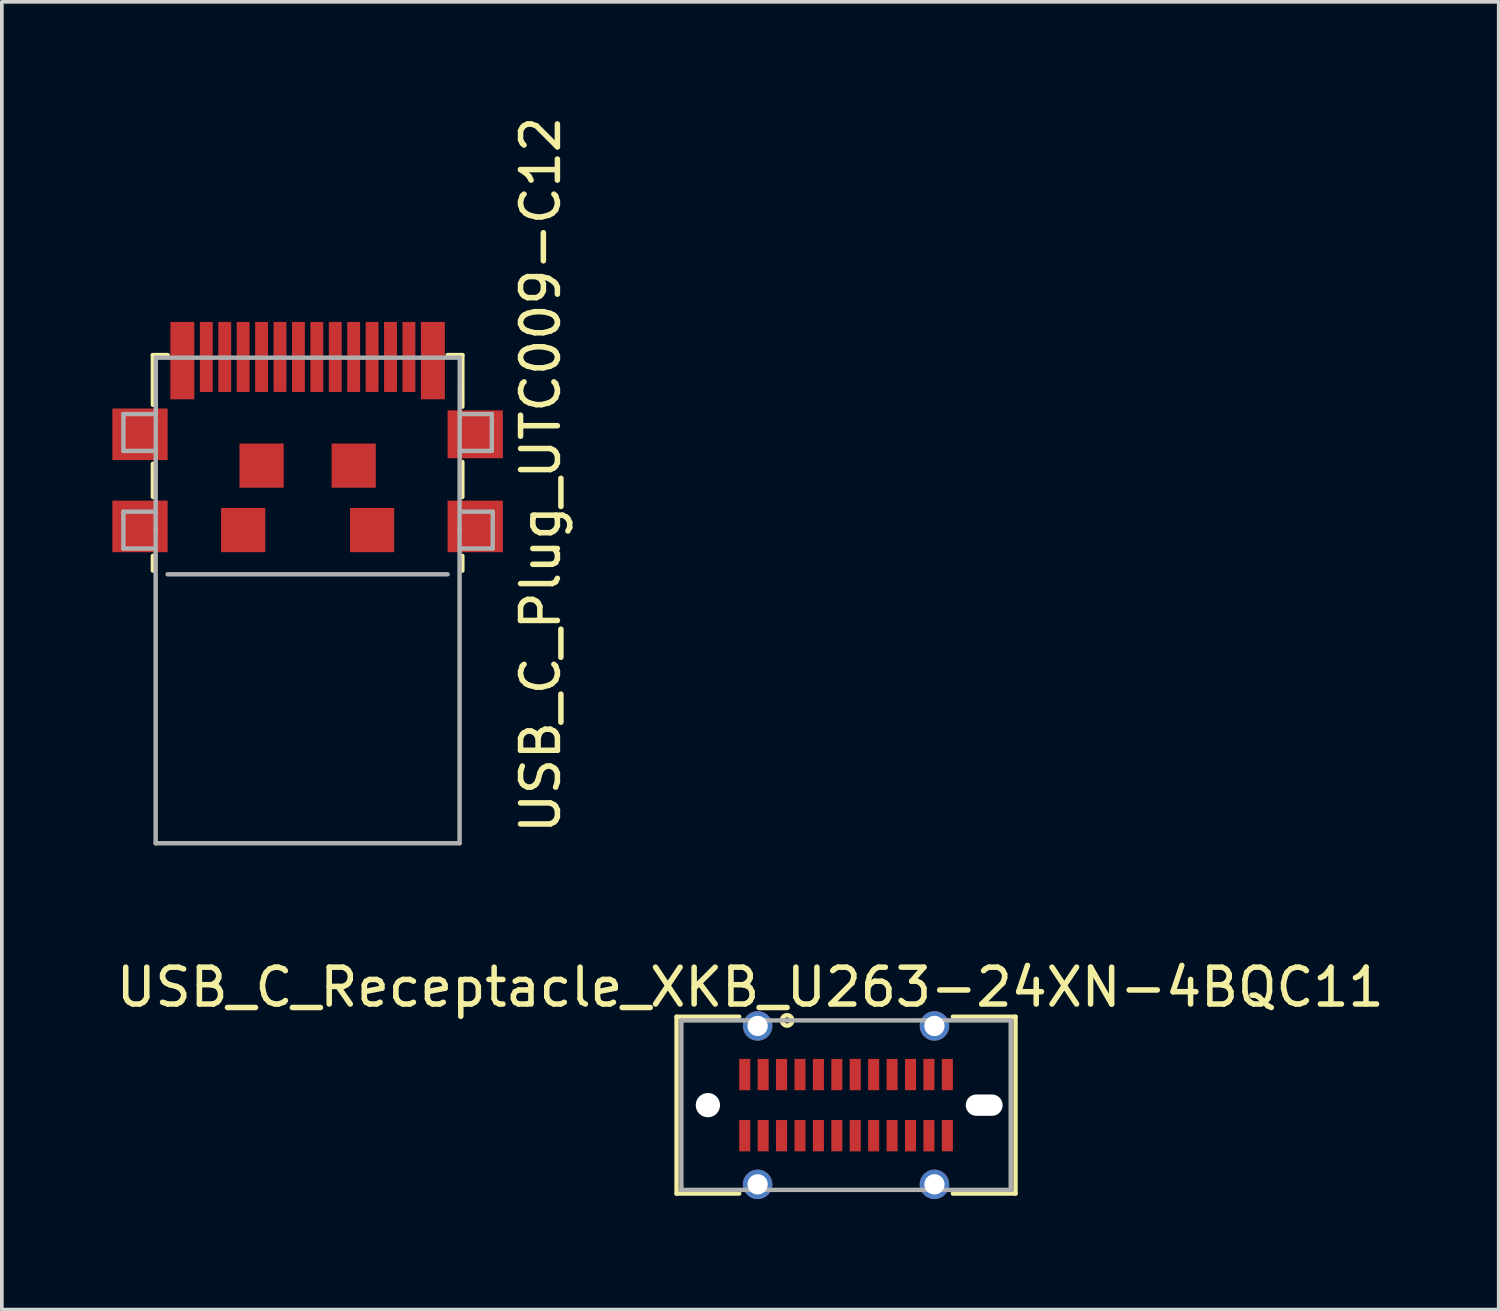
<source format=kicad_pcb>
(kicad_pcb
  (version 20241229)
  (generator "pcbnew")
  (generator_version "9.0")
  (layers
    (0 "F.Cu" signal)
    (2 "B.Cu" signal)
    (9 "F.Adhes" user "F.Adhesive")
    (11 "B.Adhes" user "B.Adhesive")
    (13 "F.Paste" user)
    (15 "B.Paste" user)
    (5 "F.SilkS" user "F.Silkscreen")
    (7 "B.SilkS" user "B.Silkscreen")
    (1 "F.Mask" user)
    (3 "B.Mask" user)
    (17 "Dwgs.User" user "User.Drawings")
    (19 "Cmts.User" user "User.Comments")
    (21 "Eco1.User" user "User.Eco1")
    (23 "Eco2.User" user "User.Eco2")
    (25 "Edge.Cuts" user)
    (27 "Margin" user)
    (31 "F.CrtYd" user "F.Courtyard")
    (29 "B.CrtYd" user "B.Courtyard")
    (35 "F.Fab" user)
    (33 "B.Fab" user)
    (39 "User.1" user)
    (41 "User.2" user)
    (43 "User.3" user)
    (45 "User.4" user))
  (footprint "USB_C_Receptacle_XKB_U263-24XN-4BQC11"
    (layer "F.Cu")
    (at 19.915 26.948)
    (property "Reference" "USB_C_Receptacle_XKB_U263-24XN-4BQC11" (at -2.6 -3.2 0) (unlocked yes) (layer "F.SilkS") (effects (font (size 1 1) (thickness 0.15))))
    (attr through_hole)
    (fp_line (start -4.6 -2.4) (end -4.6 2.4) (stroke (width 0.12) (type solid)) (layer "F.SilkS"))
    (fp_line (start -4.6 2.4) (end -2.9 2.4) (stroke (width 0.12) (type solid)) (layer "F.SilkS"))
    (fp_line (start -2.9 -2.4) (end -4.6 -2.4) (stroke (width 0.12) (type solid)) (layer "F.SilkS"))
    (fp_line (start 2.9 -2.4) (end 4.6 -2.4) (stroke (width 0.12) (type solid)) (layer "F.SilkS"))
    (fp_line (start 4.6 -2.4) (end 4.6 2.4) (stroke (width 0.12) (type solid)) (layer "F.SilkS"))
    (fp_line (start 4.6 2.4) (end 2.9 2.4) (stroke (width 0.12) (type solid)) (layer "F.SilkS"))
    (fp_circle (center -1.6 -2.3) (end -1.5 -2.4) (stroke (width 0.12) (type solid)) (fill no) (layer "F.SilkS"))
    (fp_line (start -4.47 -2.3) (end -4.47 2.3) (stroke (width 0.12) (type solid)) (layer "F.Fab"))
    (fp_line (start -4.47 -2.3) (end 4.47 -2.3) (stroke (width 0.12) (type solid)) (layer "F.Fab"))
    (fp_line (start -4.47 2.3) (end 4.47 2.3) (stroke (width 0.12) (type solid)) (layer "F.Fab"))
    (fp_line (start 4.47 2.3) (end 4.47 -2.3) (stroke (width 0.12) (type solid)) (layer "F.Fab"))
    (pad "" np_thru_hole circle (at -3.75 0) (size 0.66 0.66) (drill 0.66) (layers "*.Cu" "*.Mask"))
    (pad "" np_thru_hole oval (at 3.75 0) (size 1 0.58) (drill oval 1 0.58) (layers "*.Cu" "*.Mask"))
    (pad "A1" smd rect (at -2.75 -0.83) (size 0.3 0.85) (layers "F.Cu" "F.Mask" "F.Paste"))
    (pad "A2" smd rect (at -2.25 -0.83) (size 0.3 0.85) (layers "F.Cu" "F.Mask" "F.Paste"))
    (pad "A3" smd rect (at -1.75 -0.83) (size 0.3 0.85) (layers "F.Cu" "F.Mask" "F.Paste"))
    (pad "A4" smd rect (at -1.25 -0.83) (size 0.3 0.85) (layers "F.Cu" "F.Mask" "F.Paste"))
    (pad "A5" smd rect (at -0.75 -0.83) (size 0.3 0.85) (layers "F.Cu" "F.Mask" "F.Paste"))
    (pad "A6" smd rect (at -0.25 -0.83) (size 0.3 0.85) (layers "F.Cu" "F.Mask" "F.Paste"))
    (pad "A7" smd rect (at 0.25 -0.83) (size 0.3 0.85) (layers "F.Cu" "F.Mask" "F.Paste"))
    (pad "A8" smd rect (at 0.75 -0.83) (size 0.3 0.85) (layers "F.Cu" "F.Mask" "F.Paste"))
    (pad "A9" smd rect (at 1.25 -0.83) (size 0.3 0.85) (layers "F.Cu" "F.Mask" "F.Paste"))
    (pad "A10" smd rect (at 1.75 -0.83) (size 0.3 0.85) (layers "F.Cu" "F.Mask" "F.Paste"))
    (pad "A11" smd rect (at 2.25 -0.83) (size 0.3 0.85) (layers "F.Cu" "F.Mask" "F.Paste"))
    (pad "A12" smd rect (at 2.75 -0.83) (size 0.3 0.85) (layers "F.Cu" "F.Mask" "F.Paste"))
    (pad "B1" smd rect (at 2.75 0.83) (size 0.3 0.85) (layers "F.Cu" "F.Mask" "F.Paste"))
    (pad "B2" smd rect (at 2.25 0.83) (size 0.3 0.85) (layers "F.Cu" "F.Mask" "F.Paste"))
    (pad "B3" smd rect (at 1.75 0.83) (size 0.3 0.85) (layers "F.Cu" "F.Mask" "F.Paste"))
    (pad "B4" smd rect (at 1.25 0.83) (size 0.3 0.85) (layers "F.Cu" "F.Mask" "F.Paste"))
    (pad "B5" smd rect (at 0.75 0.83) (size 0.3 0.85) (layers "F.Cu" "F.Mask" "F.Paste"))
    (pad "B6" smd rect (at 0.25 0.83) (size 0.3 0.85) (layers "F.Cu" "F.Mask" "F.Paste"))
    (pad "B7" smd rect (at -0.25 0.83) (size 0.3 0.85) (layers "F.Cu" "F.Mask" "F.Paste"))
    (pad "B8" smd rect (at -0.75 0.83) (size 0.3 0.85) (layers "F.Cu" "F.Mask" "F.Paste"))
    (pad "B9" smd rect (at -1.25 0.83) (size 0.3 0.85) (layers "F.Cu" "F.Mask" "F.Paste"))
    (pad "B10" smd rect (at -1.75 0.83) (size 0.3 0.85) (layers "F.Cu" "F.Mask" "F.Paste"))
    (pad "B11" smd rect (at -2.25 0.83) (size 0.3 0.85) (layers "F.Cu" "F.Mask" "F.Paste"))
    (pad "B12" smd rect (at -2.75 0.83) (size 0.3 0.85) (layers "F.Cu" "F.Mask" "F.Paste"))
    (pad "S1" thru_hole circle (at -2.4 -2.15) (size 0.8 0.8) (drill 0.55) (layers "*.Cu" "*.Mask"))
    (pad "S1" thru_hole circle (at -2.4 2.15) (size 0.8 0.8) (drill 0.55) (layers "*.Cu" "*.Mask"))
    (pad "S1" thru_hole circle (at 2.4 -2.15) (size 0.8 0.8) (drill 0.55) (layers "*.Cu" "*.Mask"))
    (pad "S1" thru_hole circle (at 2.4 2.15) (size 0.8 0.8) (drill 0.55) (layers "*.Cu" "*.Mask")))
  (footprint "USB_C_Plug_UTC009-C12"
    (layer "F.Cu")
    (at 5.3 6.839)
    (property "Reference" "USB_C_Plug_UTC009-C12" (at 6.325 3 90) (layer "F.SilkS") (effects (font (size 1 1) (thickness 0.15))))
    (attr smd)
    (fp_line (start -4.2 -0.25) (end -4.2 1.1) (stroke (width 0.12) (type solid)) (layer "F.SilkS"))
    (fp_line (start -4.2 2.7) (end -4.2 3.6) (stroke (width 0.12) (type solid)) (layer "F.SilkS"))
    (fp_line (start -4.2 5.2) (end -4.2 5.6) (stroke (width 0.12) (type solid)) (layer "F.SilkS"))
    (fp_line (start -3.8 -0.25) (end -4.2 -0.25) (stroke (width 0.12) (type solid)) (layer "F.SilkS"))
    (fp_line (start 4.2 -0.25) (end 3.8 -0.25) (stroke (width 0.12) (type solid)) (layer "F.SilkS"))
    (fp_line (start 4.2 1.15) (end 4.2 -0.25) (stroke (width 0.12) (type solid)) (layer "F.SilkS"))
    (fp_line (start 4.2 3.6) (end 4.2 2.65) (stroke (width 0.12) (type solid)) (layer "F.SilkS"))
    (fp_line (start 4.2 5.6) (end 4.2 5.2) (stroke (width 0.12) (type solid)) (layer "F.SilkS"))
    (fp_line (start -5 1.35) (end -4.13 1.35) (stroke (width 0.12) (type solid)) (layer "F.Fab"))
    (fp_line (start -5 2.35) (end -5 1.35) (stroke (width 0.12) (type solid)) (layer "F.Fab"))
    (fp_line (start -5 2.35) (end -4.13 2.35) (stroke (width 0.12) (type solid)) (layer "F.Fab"))
    (fp_line (start -5 4) (end -4.13 4) (stroke (width 0.12) (type solid)) (layer "F.Fab"))
    (fp_line (start -5 5) (end -5 4) (stroke (width 0.12) (type solid)) (layer "F.Fab"))
    (fp_line (start -5 5) (end -4.13 5) (stroke (width 0.12) (type solid)) (layer "F.Fab"))
    (fp_line (start -4.125 4.5) (end -4.125 13) (stroke (width 0.12) (type solid)) (layer "F.Fab"))
    (fp_line (start -4.125 4.5) (end -4.12 -0.18) (stroke (width 0.12) (type solid)) (layer "F.Fab"))
    (fp_line (start -4.125 13) (end 4.125 13) (stroke (width 0.12) (type solid)) (layer "F.Fab"))
    (fp_line (start -4.12 -0.18) (end 4.13 -0.18) (stroke (width 0.12) (type solid)) (layer "F.Fab"))
    (fp_line (start 3.8 5.7) (end -3.8 5.7) (stroke (width 0.12) (type solid)) (layer "F.Fab"))
    (fp_line (start 4.125 13) (end 4.125 4.5) (stroke (width 0.12) (type solid)) (layer "F.Fab"))
    (fp_line (start 4.13 -0.18) (end 4.125 4.5) (stroke (width 0.12) (type solid)) (layer "F.Fab"))
    (fp_line (start 5 1.35) (end 4.13 1.35) (stroke (width 0.12) (type solid)) (layer "F.Fab"))
    (fp_line (start 5 2.35) (end 4.13 2.35) (stroke (width 0.12) (type solid)) (layer "F.Fab"))
    (fp_line (start 5 2.35) (end 5 1.35) (stroke (width 0.12) (type solid)) (layer "F.Fab"))
    (fp_line (start 5.025 4) (end 4.155 4) (stroke (width 0.12) (type solid)) (layer "F.Fab"))
    (fp_line (start 5.025 5) (end 4.155 5) (stroke (width 0.12) (type solid)) (layer "F.Fab"))
    (fp_line (start 5.025 5) (end 5.025 4) (stroke (width 0.12) (type solid)) (layer "F.Fab"))
    (pad "A1" smd rect (at 2.75 -0.2) (size 0.35 1.9) (layers "F.Cu" "F.Mask" "F.Paste"))
    (pad "A4" smd rect (at 1.25 -0.2) (size 0.35 1.9) (layers "F.Cu" "F.Mask" "F.Paste"))
    (pad "A5" smd rect (at 0.75 -0.2) (size 0.35 1.9) (layers "F.Cu" "F.Mask" "F.Paste"))
    (pad "A6" smd rect (at 0.25 -0.2) (size 0.35 1.9) (layers "F.Cu" "F.Mask" "F.Paste"))
    (pad "A7" smd rect (at -0.25 -0.2) (size 0.35 1.9) (layers "F.Cu" "F.Mask" "F.Paste"))
    (pad "A10" smd rect (at -1.75 -0.2) (size 0.35 1.9) (layers "F.Cu" "F.Mask" "F.Paste"))
    (pad "A11" smd rect (at -2.25 -0.2) (size 0.35 1.9) (layers "F.Cu" "F.Mask" "F.Paste"))
    (pad "B2" smd rect (at -2.75 -0.2) (size 0.35 1.9) (layers "F.Cu" "F.Mask" "F.Paste"))
    (pad "B3" smd rect (at -1.25 -0.2) (size 0.35 1.9) (layers "F.Cu" "F.Mask" "F.Paste"))
    (pad "B5" smd rect (at -0.75 -0.2) (size 0.35 1.9) (layers "F.Cu" "F.Mask" "F.Paste"))
    (pad "B9" smd rect (at 1.75 -0.2) (size 0.35 1.9) (layers "F.Cu" "F.Mask" "F.Paste"))
    (pad "B12" smd rect (at 2.25 -0.2) (size 0.35 1.9) (layers "F.Cu" "F.Mask" "F.Paste"))
    (pad "S1" smd rect (at -4.55 1.9) (size 1.5 1.4) (layers "F.Cu" "F.Mask" "F.Paste"))
    (pad "S1" smd rect (at -4.55 4.4) (size 1.5 1.4) (layers "F.Cu" "F.Mask" "F.Paste"))
    (pad "S1" smd rect (at -3.4 -0.1) (size 0.65 2.1) (layers "F.Cu" "F.Mask" "F.Paste"))
    (pad "S1" smd rect (at -1.75 4.5) (size 1.2 1.2) (layers "F.Cu" "F.Mask" "F.Paste"))
    (pad "S1" smd rect (at -1.25 2.75) (size 1.2 1.2) (layers "F.Cu" "F.Mask" "F.Paste"))
    (pad "S1" smd rect (at 1.25 2.75) (size 1.2 1.2) (layers "F.Cu" "F.Mask" "F.Paste"))
    (pad "S1" smd rect (at 1.75 4.5) (size 1.2 1.2) (layers "F.Cu" "F.Mask" "F.Paste"))
    (pad "S1" smd rect (at 3.4 -0.1) (size 0.65 2.1) (layers "F.Cu" "F.Mask" "F.Paste"))
    (pad "S1" smd rect (at 4.55 1.9) (size 1.5 1.3) (layers "F.Cu" "F.Mask" "F.Paste"))
    (pad "S1" smd rect (at 4.55 4.4) (size 1.5 1.4) (layers "F.Cu" "F.Mask" "F.Paste")))
  (gr_rect
    (start -3 -3)
    (end 37.631 32.498)
    (stroke (width 0.1) (type default))
    (fill no)
    (layer "Edge.Cuts")))
</source>
